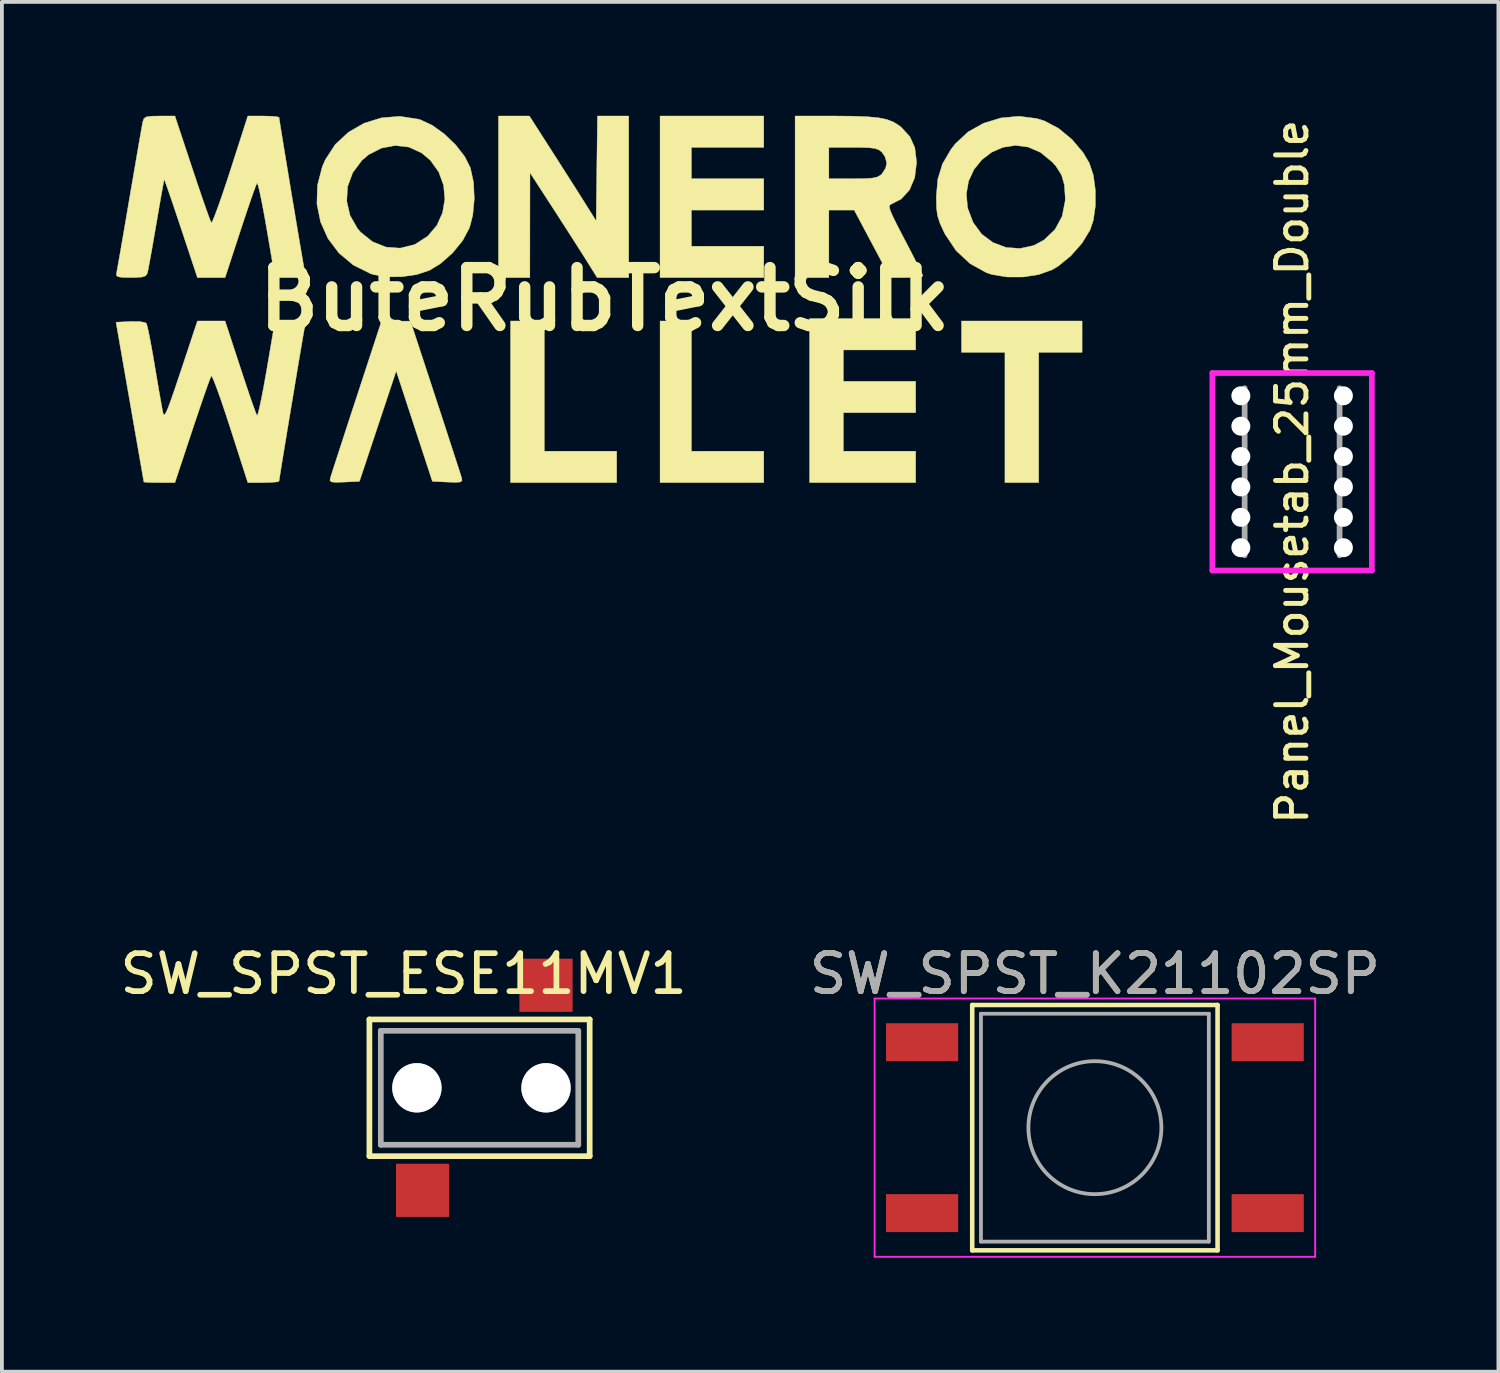
<source format=kicad_pcb>
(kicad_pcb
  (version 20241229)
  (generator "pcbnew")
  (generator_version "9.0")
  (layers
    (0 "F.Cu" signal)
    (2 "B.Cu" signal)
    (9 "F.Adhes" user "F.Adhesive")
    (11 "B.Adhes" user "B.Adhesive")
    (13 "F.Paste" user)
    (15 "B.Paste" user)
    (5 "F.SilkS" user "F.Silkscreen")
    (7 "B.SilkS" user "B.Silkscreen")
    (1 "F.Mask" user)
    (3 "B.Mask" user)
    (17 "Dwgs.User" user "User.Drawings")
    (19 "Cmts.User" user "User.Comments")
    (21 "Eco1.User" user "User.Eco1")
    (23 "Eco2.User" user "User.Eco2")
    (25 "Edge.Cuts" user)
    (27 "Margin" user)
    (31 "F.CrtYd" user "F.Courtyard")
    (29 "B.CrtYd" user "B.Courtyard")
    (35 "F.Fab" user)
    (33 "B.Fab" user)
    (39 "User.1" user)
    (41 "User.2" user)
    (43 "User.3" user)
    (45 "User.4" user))
  (footprint "SW_SPST_ESE11MV1"
    (layer "F.Cu")
    (at 9.577 25.593)
    (property "Reference" "SW_SPST_ESE11MV1" (at -2 -3 0) (layer "F.SilkS") (effects (font (size 1 1) (thickness 0.15))))
    (attr through_hole)
    (fp_line (start -2.9 -1.8) (end 2.9 -1.8) (stroke (width 0.15) (type solid)) (layer "F.SilkS"))
    (fp_line (start -2.9 1.8) (end -2.9 -1.8) (stroke (width 0.15) (type solid)) (layer "F.SilkS"))
    (fp_line (start 2.9 -1.8) (end 2.9 1.8) (stroke (width 0.15) (type solid)) (layer "F.SilkS"))
    (fp_line (start 2.9 1.8) (end -2.9 1.8) (stroke (width 0.15) (type solid)) (layer "F.SilkS"))
    (fp_line (start -2.6 -1.5) (end 2.6 -1.5) (stroke (width 0.15) (type solid)) (layer "F.Fab"))
    (fp_line (start -2.6 1.5) (end -2.6 -1.5) (stroke (width 0.15) (type solid)) (layer "F.Fab"))
    (fp_line (start 2.6 -1.5) (end 2.6 1.5) (stroke (width 0.15) (type solid)) (layer "F.Fab"))
    (fp_line (start 2.6 1.5) (end -2.6 1.5) (stroke (width 0.15) (type solid)) (layer "F.Fab"))
    (pad "1" smd rect (at 1.75 -2.7) (size 1.4 1.4) (layers "F.Cu" "F.Mask" "F.Paste"))
    (pad "2" smd rect (at -1.5 2.7) (size 1.4 1.4) (layers "F.Cu" "F.Mask" "F.Paste"))
    (pad "A" thru_hole circle (at -1.65 0) (size 1.3 1.3) (drill 1.3) (layers "*.Cu" "*.Mask"))
    (pad "B" thru_hole circle (at 1.75 0) (size 1.3 1.3) (drill 1.3) (layers "*.Cu" "*.Mask")))
  (footprint "SW_SPST_K21102SP"
    (layer "F.Cu")
    (at 25.78 26.643)
    (property "Reference" "SW_SPST_K21102SP" (at 0 -4.05 0) (layer "F.SilkS") (effects (font (size 1 1) (thickness 0.15))))
    (attr smd)
    (fp_line (start -3.23 -3.23) (end -3.23 3.23) (stroke (width 0.12) (type solid)) (layer "F.SilkS"))
    (fp_line (start -3.23 3.23) (end 3.23 3.23) (stroke (width 0.12) (type solid)) (layer "F.SilkS"))
    (fp_line (start 3.23 -3.23) (end -3.23 -3.23) (stroke (width 0.12) (type solid)) (layer "F.SilkS"))
    (fp_line (start 3.23 3.23) (end 3.23 -3.23) (stroke (width 0.12) (type solid)) (layer "F.SilkS"))
    (fp_line (start -5.8 -3.4) (end -5.8 3.4) (stroke (width 0.05) (type solid)) (layer "F.CrtYd"))
    (fp_line (start -5.8 -3.4) (end 5.8 -3.4) (stroke (width 0.05) (type solid)) (layer "F.CrtYd"))
    (fp_line (start -5.8 3.4) (end 5.8 3.4) (stroke (width 0.05) (type solid)) (layer "F.CrtYd"))
    (fp_line (start 5.8 3.4) (end 5.8 -3.4) (stroke (width 0.05) (type solid)) (layer "F.CrtYd"))
    (fp_line (start -3 -3) (end -3 3) (stroke (width 0.1) (type solid)) (layer "F.Fab"))
    (fp_line (start -3 3) (end 3 3) (stroke (width 0.1) (type solid)) (layer "F.Fab"))
    (fp_line (start 3 -3) (end -3 -3) (stroke (width 0.1) (type solid)) (layer "F.Fab"))
    (fp_line (start 3 3) (end 3 -3) (stroke (width 0.1) (type solid)) (layer "F.Fab"))
    (fp_circle (center 0 0) (end 1.75 -0.05) (stroke (width 0.1) (type solid)) (fill no) (layer "F.Fab"))
    (fp_text user "${REFERENCE}" (at 0 -4.05 0) (layer "F.Fab") (effects (font (size 1 1) (thickness 0.15))))
    (pad "1" smd rect (at -4.55 -2.25) (size 1.9 1) (layers "F.Cu" "F.Mask" "F.Paste"))
    (pad "1" smd rect (at 4.55 -2.25) (size 1.9 1) (layers "F.Cu" "F.Mask" "F.Paste"))
    (pad "2" smd rect (at -4.55 2.25) (size 1.9 1) (layers "F.Cu" "F.Mask" "F.Paste"))
    (pad "2" smd rect (at 4.55 2.25) (size 1.9 1) (layers "F.Cu" "F.Mask" "F.Paste")))
  (footprint "ButeRubTextSilk"
    (layer "F.Cu")
    (at 12.87 4.831)
    (property "Reference" "ButeRubTextSilk" (at 0 0 0) (layer "F.SilkS") (effects (font (size 1.524 1.524) (thickness 0.3))))
    (attr through_hole)
    (fp_poly (pts (xy -1.587 4) (xy 0.318 4) (xy 0.318 4.826) (xy -2.477 4.826) (xy -2.477 0.572) (xy -1.587 0.572) (xy -1.587 4)) (stroke (width 0.01) (type solid)) (fill yes) (layer "F.SilkS"))
    (fp_poly (pts (xy 2.286 4) (xy 4.191 4) (xy 4.191 4.826) (xy 1.46 4.826) (xy 1.46 0.572) (xy 2.286 0.572) (xy 2.286 4)) (stroke (width 0.01) (type solid)) (fill yes) (layer "F.SilkS"))
    (fp_poly (pts (xy 12.573 1.397) (xy 11.43 1.397) (xy 11.43 4.826) (xy 10.541 4.826) (xy 10.541 1.397) (xy 9.398 1.397) (xy 9.398 0.572) (xy 12.573 0.572) (xy 12.573 1.397)) (stroke (width 0.01) (type solid)) (fill yes) (layer "F.SilkS"))
    (fp_poly (pts (xy 4.191 -4) (xy 2.286 -4) (xy 2.286 -3.175) (xy 4.191 -3.175) (xy 4.191 -2.349) (xy 2.286 -2.349) (xy 2.286 -1.397) (xy 4.191 -1.397) (xy 4.191 -0.572) (xy 1.46 -0.572) (xy 1.46 -4.826) (xy 4.191 -4.826) (xy 4.191 -4)) (stroke (width 0.01) (type solid)) (fill yes) (layer "F.SilkS"))
    (fp_poly (pts (xy 8.191 1.333) (xy 6.287 1.333) (xy 6.287 2.159) (xy 8.191 2.159) (xy 8.191 2.985) (xy 6.287 2.985) (xy 6.287 4) (xy 8.191 4) (xy 8.191 4.826) (xy 5.397 4.826) (xy 5.397 0.508) (xy 8.191 0.508) (xy 8.191 1.333)) (stroke (width 0.01) (type solid)) (fill yes) (layer "F.SilkS"))
    (fp_poly (pts (xy -1.4 -3.921) (xy -1.179 -3.576) (xy -0.956 -3.226) (xy -0.75 -2.903) (xy -0.583 -2.639) (xy -0.521 -2.54) (xy -0.222 -2.064) (xy -0.188 -4.826) (xy 0.635 -4.826) (xy 0.635 -0.572) (xy -0.196 -0.572) (xy -0.495 -1.05) (xy -0.636 -1.273) (xy -0.826 -1.571) (xy -1.044 -1.911) (xy -1.27 -2.262) (xy -1.38 -2.431) (xy -1.965 -3.334) (xy -1.968 -0.572) (xy -2.794 -0.572) (xy -2.794 -4.826) (xy -1.98 -4.826) (xy -1.4 -3.921)) (stroke (width 0.01) (type solid)) (fill yes) (layer "F.SilkS"))
    (fp_poly (pts (xy -4.451 2.589) (xy -4.292 3.074) (xy -4.145 3.525) (xy -4.015 3.925) (xy -3.906 4.26) (xy -3.824 4.514) (xy -3.774 4.673) (xy -3.76 4.718) (xy -3.756 4.78) (xy -3.804 4.812) (xy -3.929 4.82) (xy -4.133 4.813) (xy -4.535 4.794) (xy -5.011 3.341) (xy -5.487 1.887) (xy -6.455 4.794) (xy -6.855 4.813) (xy -7.073 4.82) (xy -7.189 4.81) (xy -7.231 4.775) (xy -7.225 4.718) (xy -7.199 4.632) (xy -7.138 4.44) (xy -7.046 4.158) (xy -6.93 3.8) (xy -6.794 3.382) (xy -6.643 2.919) (xy -6.534 2.589) (xy -5.874 0.574) (xy -5.112 0.574) (xy -4.451 2.589)) (stroke (width 0.01) (type solid)) (fill yes) (layer "F.SilkS"))
    (fp_poly (pts (xy -4.909 -4.744) (xy -4.849 -4.727) (xy -4.538 -4.582) (xy -4.218 -4.352) (xy -3.923 -4.067) (xy -3.684 -3.76) (xy -3.535 -3.465) (xy -3.451 -3.08) (xy -3.431 -2.643) (xy -3.472 -2.211) (xy -3.558 -1.882) (xy -3.737 -1.547) (xy -4.003 -1.22) (xy -4.323 -0.938) (xy -4.613 -0.762) (xy -4.947 -0.651) (xy -5.338 -0.594) (xy -5.735 -0.592) (xy -6.087 -0.65) (xy -6.16 -0.674) (xy -6.618 -0.902) (xy -6.995 -1.217) (xy -7.285 -1.602) (xy -7.48 -2.039) (xy -7.575 -2.511) (xy -7.573 -2.585) (xy -6.79 -2.585) (xy -6.703 -2.208) (xy -6.505 -1.862) (xy -6.424 -1.767) (xy -6.112 -1.517) (xy -5.758 -1.375) (xy -5.385 -1.347) (xy -5.016 -1.438) (xy -4.984 -1.452) (xy -4.657 -1.663) (xy -4.417 -1.946) (xy -4.267 -2.278) (xy -4.207 -2.637) (xy -4.239 -3.002) (xy -4.366 -3.35) (xy -4.587 -3.66) (xy -4.817 -3.853) (xy -5.153 -4.008) (xy -5.515 -4.049) (xy -5.878 -3.981) (xy -6.217 -3.807) (xy -6.389 -3.66) (xy -6.633 -3.334) (xy -6.767 -2.968) (xy -6.79 -2.585) (xy -7.573 -2.585) (xy -7.561 -3.002) (xy -7.433 -3.495) (xy -7.355 -3.674) (xy -7.093 -4.076) (xy -6.746 -4.399) (xy -6.333 -4.637) (xy -5.875 -4.779) (xy -5.394 -4.818) (xy -4.909 -4.744)) (stroke (width 0.01) (type solid)) (fill yes) (layer "F.SilkS"))
    (fp_poly (pts (xy 6.08 -4.826) (xy 6.558 -4.822) (xy 6.929 -4.807) (xy 7.214 -4.78) (xy 7.431 -4.735) (xy 7.602 -4.67) (xy 7.746 -4.581) (xy 7.811 -4.53) (xy 8.038 -4.283) (xy 8.168 -3.994) (xy 8.213 -3.632) (xy 8.213 -3.588) (xy 8.165 -3.201) (xy 8.028 -2.88) (xy 7.81 -2.641) (xy 7.551 -2.507) (xy 7.511 -2.483) (xy 7.498 -2.435) (xy 7.52 -2.345) (xy 7.582 -2.198) (xy 7.69 -1.977) (xy 7.852 -1.665) (xy 7.906 -1.562) (xy 8.067 -1.253) (xy 8.204 -0.984) (xy 8.309 -0.775) (xy 8.37 -0.646) (xy 8.382 -0.613) (xy 8.324 -0.592) (xy 8.172 -0.577) (xy 7.957 -0.572) (xy 7.95 -0.572) (xy 7.518 -0.572) (xy 7.045 -1.46) (xy 6.572 -2.349) (xy 6.239 -2.349) (xy 5.905 -2.349) (xy 5.905 -0.572) (xy 5.016 -0.572) (xy 5.016 -4) (xy 5.905 -4) (xy 5.905 -3.175) (xy 6.54 -3.175) (xy 6.84 -3.178) (xy 7.041 -3.191) (xy 7.171 -3.218) (xy 7.258 -3.263) (xy 7.303 -3.302) (xy 7.399 -3.453) (xy 7.429 -3.588) (xy 7.385 -3.752) (xy 7.303 -3.873) (xy 7.227 -3.933) (xy 7.126 -3.97) (xy 6.972 -3.991) (xy 6.735 -3.999) (xy 6.54 -4) (xy 5.905 -4) (xy 5.016 -4) (xy 5.016 -4.826) (xy 6.08 -4.826)) (stroke (width 0.01) (type solid)) (fill yes) (layer "F.SilkS"))
    (fp_poly (pts (xy 11.381 -4.76) (xy 11.587 -4.695) (xy 11.955 -4.5) (xy 12.304 -4.212) (xy 12.599 -3.864) (xy 12.763 -3.588) (xy 12.87 -3.263) (xy 12.923 -2.872) (xy 12.923 -2.463) (xy 12.869 -2.083) (xy 12.785 -1.83) (xy 12.571 -1.478) (xy 12.277 -1.145) (xy 11.944 -0.873) (xy 11.782 -0.777) (xy 11.43 -0.651) (xy 11.016 -0.587) (xy 10.587 -0.588) (xy 10.193 -0.654) (xy 10.056 -0.7) (xy 9.626 -0.937) (xy 9.258 -1.278) (xy 8.968 -1.709) (xy 8.94 -1.764) (xy 8.83 -2.003) (xy 8.767 -2.2) (xy 8.739 -2.409) (xy 8.734 -2.688) (xy 8.734 -2.697) (xy 8.74 -2.774) (xy 9.525 -2.774) (xy 9.559 -2.406) (xy 9.702 -2.026) (xy 9.929 -1.716) (xy 10.227 -1.495) (xy 10.571 -1.366) (xy 10.936 -1.338) (xy 11.297 -1.416) (xy 11.568 -1.56) (xy 11.86 -1.839) (xy 12.048 -2.187) (xy 12.127 -2.593) (xy 12.129 -2.673) (xy 12.107 -3.012) (xy 12.031 -3.274) (xy 11.885 -3.505) (xy 11.791 -3.611) (xy 11.48 -3.867) (xy 11.15 -4.01) (xy 10.817 -4.052) (xy 10.493 -4.003) (xy 10.194 -3.874) (xy 9.934 -3.676) (xy 9.726 -3.419) (xy 9.585 -3.115) (xy 9.525 -2.774) (xy 8.74 -2.774) (xy 8.774 -3.164) (xy 8.897 -3.566) (xy 9.12 -3.946) (xy 9.235 -4.095) (xy 9.569 -4.407) (xy 9.978 -4.636) (xy 10.435 -4.776) (xy 10.911 -4.82) (xy 11.381 -4.76)) (stroke (width 0.01) (type solid)) (fill yes) (layer "F.SilkS"))
    (fp_poly (pts (xy -7.9 0.746) (xy -7.919 0.851) (xy -7.955 1.057) (xy -8.004 1.346) (xy -8.064 1.699) (xy -8.131 2.1) (xy -8.202 2.528) (xy -8.275 2.967) (xy -8.347 3.397) (xy -8.413 3.8) (xy -8.472 4.158) (xy -8.52 4.452) (xy -8.554 4.665) (xy -8.571 4.778) (xy -8.572 4.79) (xy -8.63 4.809) (xy -8.782 4.821) (xy -8.984 4.826) (xy -9.395 4.826) (xy -9.854 3.397) (xy -9.984 2.999) (xy -10.103 2.647) (xy -10.206 2.359) (xy -10.287 2.148) (xy -10.339 2.033) (xy -10.355 2.016) (xy -10.387 2.088) (xy -10.452 2.262) (xy -10.543 2.522) (xy -10.656 2.85) (xy -10.784 3.228) (xy -10.856 3.445) (xy -11.314 4.826) (xy -11.721 4.826) (xy -11.93 4.824) (xy -12.079 4.818) (xy -12.132 4.81) (xy -12.143 4.746) (xy -12.173 4.572) (xy -12.221 4.301) (xy -12.282 3.95) (xy -12.355 3.531) (xy -12.437 3.061) (xy -12.5 2.699) (xy -12.865 0.603) (xy -12.487 0.584) (xy -12.248 0.585) (xy -12.099 0.612) (xy -12.064 0.637) (xy -12.039 0.721) (xy -11.998 0.908) (xy -11.947 1.175) (xy -11.888 1.499) (xy -11.848 1.736) (xy -11.787 2.099) (xy -11.73 2.432) (xy -11.681 2.71) (xy -11.646 2.906) (xy -11.633 2.972) (xy -11.615 3.03) (xy -11.589 3.039) (xy -11.552 2.988) (xy -11.497 2.864) (xy -11.42 2.657) (xy -11.315 2.354) (xy -11.178 1.944) (xy -11.155 1.877) (xy -10.722 0.572) (xy -9.993 0.572) (xy -9.593 1.794) (xy -9.47 2.167) (xy -9.358 2.499) (xy -9.264 2.77) (xy -9.194 2.963) (xy -9.155 3.057) (xy -9.152 3.062) (xy -9.129 3.017) (xy -9.09 2.864) (xy -9.038 2.621) (xy -8.977 2.306) (xy -8.911 1.937) (xy -8.894 1.84) (xy -8.679 0.572) (xy -8.272 0.572) (xy -7.864 0.571) (xy -7.9 0.746)) (stroke (width 0.01) (type solid)) (fill yes) (layer "F.SilkS"))
    (fp_poly (pts (xy -10.856 -3.445) (xy -10.723 -3.048) (xy -10.602 -2.691) (xy -10.498 -2.392) (xy -10.418 -2.17) (xy -10.368 -2.041) (xy -10.355 -2.016) (xy -10.325 -2.06) (xy -10.263 -2.21) (xy -10.174 -2.448) (xy -10.065 -2.76) (xy -9.941 -3.129) (xy -9.854 -3.397) (xy -9.395 -4.826) (xy -8.984 -4.826) (xy -8.774 -4.821) (xy -8.626 -4.808) (xy -8.572 -4.79) (xy -8.562 -4.72) (xy -8.534 -4.542) (xy -8.491 -4.276) (xy -8.436 -3.939) (xy -8.372 -3.551) (xy -8.302 -3.128) (xy -8.23 -2.691) (xy -8.157 -2.257) (xy -8.088 -1.844) (xy -8.025 -1.47) (xy -7.971 -1.155) (xy -7.93 -0.916) (xy -7.905 -0.772) (xy -7.9 -0.746) (xy -7.864 -0.572) (xy -8.679 -0.572) (xy -8.894 -1.84) (xy -8.961 -2.219) (xy -9.024 -2.549) (xy -9.078 -2.812) (xy -9.121 -2.988) (xy -9.148 -3.062) (xy -9.152 -3.062) (xy -9.184 -2.99) (xy -9.248 -2.816) (xy -9.337 -2.56) (xy -9.446 -2.238) (xy -9.568 -1.872) (xy -9.593 -1.794) (xy -9.993 -0.572) (xy -10.722 -0.572) (xy -11.153 -1.87) (xy -11.28 -2.25) (xy -11.393 -2.585) (xy -11.487 -2.858) (xy -11.555 -3.052) (xy -11.592 -3.148) (xy -11.596 -3.156) (xy -11.61 -3.092) (xy -11.641 -2.923) (xy -11.687 -2.668) (xy -11.743 -2.347) (xy -11.806 -1.979) (xy -11.808 -1.968) (xy -11.873 -1.591) (xy -11.932 -1.252) (xy -11.983 -0.973) (xy -12.02 -0.775) (xy -12.04 -0.683) (xy -12.082 -0.62) (xy -12.181 -0.586) (xy -12.364 -0.573) (xy -12.476 -0.572) (xy -12.695 -0.576) (xy -12.813 -0.594) (xy -12.856 -0.633) (xy -12.853 -0.683) (xy -12.836 -0.772) (xy -12.801 -0.969) (xy -12.75 -1.259) (xy -12.687 -1.624) (xy -12.614 -2.048) (xy -12.535 -2.515) (xy -12.509 -2.667) (xy -12.427 -3.145) (xy -12.351 -3.588) (xy -12.284 -3.979) (xy -12.228 -4.3) (xy -12.186 -4.535) (xy -12.162 -4.666) (xy -12.158 -4.683) (xy -12.129 -4.761) (xy -12.064 -4.804) (xy -11.933 -4.822) (xy -11.72 -4.826) (xy -11.314 -4.826) (xy -10.856 -3.445)) (stroke (width 0.01) (type solid)) (fill yes) (layer "F.SilkS")))
  (footprint "Panel_Mousetab_25mm_Double"
    (layer "F.Cu")
    (at 30.973 9.372)
    (property "Reference" "Panel_Mousetab_25mm_Double" (at 0 0 90) (layer "F.SilkS") (effects (font (size 0.8 0.8) (thickness 0.13))))
    (attr through_hole)
    (fp_line (start -2.1 -2.6) (end 2.1 -2.6) (stroke (width 0.15) (type solid)) (layer "F.CrtYd"))
    (fp_line (start -2.1 2.6) (end -2.1 -2.6) (stroke (width 0.15) (type solid)) (layer "F.CrtYd"))
    (fp_line (start 2.1 -2.6) (end 2.1 2.6) (stroke (width 0.15) (type solid)) (layer "F.CrtYd"))
    (fp_line (start 2.1 2.6) (end -2.1 2.6) (stroke (width 0.15) (type solid)) (layer "F.CrtYd"))
    (fp_line (start -1.25 -2.2) (end -1.25 2.2) (stroke (width 0.15) (type solid)) (layer "F.Fab"))
    (fp_line (start 1.25 -2.2) (end 1.25 2.2) (stroke (width 0.15) (type solid)) (layer "F.Fab"))
    (pad "" np_thru_hole circle (at -1.35 -2) (size 0.5 0.5) (drill 0.5) (layers "*.Cu"))
    (pad "" np_thru_hole circle (at -1.35 -1.2) (size 0.5 0.5) (drill 0.5) (layers "*.Cu"))
    (pad "" np_thru_hole circle (at -1.35 -0.4) (size 0.5 0.5) (drill 0.5) (layers "*.Cu"))
    (pad "" np_thru_hole circle (at -1.35 0.4) (size 0.5 0.5) (drill 0.5) (layers "*.Cu"))
    (pad "" np_thru_hole circle (at -1.35 1.2) (size 0.5 0.5) (drill 0.5) (layers "*.Cu"))
    (pad "" np_thru_hole circle (at -1.35 2) (size 0.5 0.5) (drill 0.5) (layers "*.Cu"))
    (pad "" np_thru_hole circle (at 1.35 -2) (size 0.5 0.5) (drill 0.5) (layers "*.Cu"))
    (pad "" np_thru_hole circle (at 1.35 -1.2) (size 0.5 0.5) (drill 0.5) (layers "*.Cu"))
    (pad "" np_thru_hole circle (at 1.35 -0.4) (size 0.5 0.5) (drill 0.5) (layers "*.Cu"))
    (pad "" np_thru_hole circle (at 1.35 0.4) (size 0.5 0.5) (drill 0.5) (layers "*.Cu"))
    (pad "" np_thru_hole circle (at 1.35 1.2) (size 0.5 0.5) (drill 0.5) (layers "*.Cu"))
    (pad "" np_thru_hole circle (at 1.35 2) (size 0.5 0.5) (drill 0.5) (layers "*.Cu")))
  (gr_rect
    (start -3 -3)
    (end 36.405 33.068)
    (stroke (width 0.1) (type default))
    (fill no)
    (layer "Edge.Cuts")))
</source>
